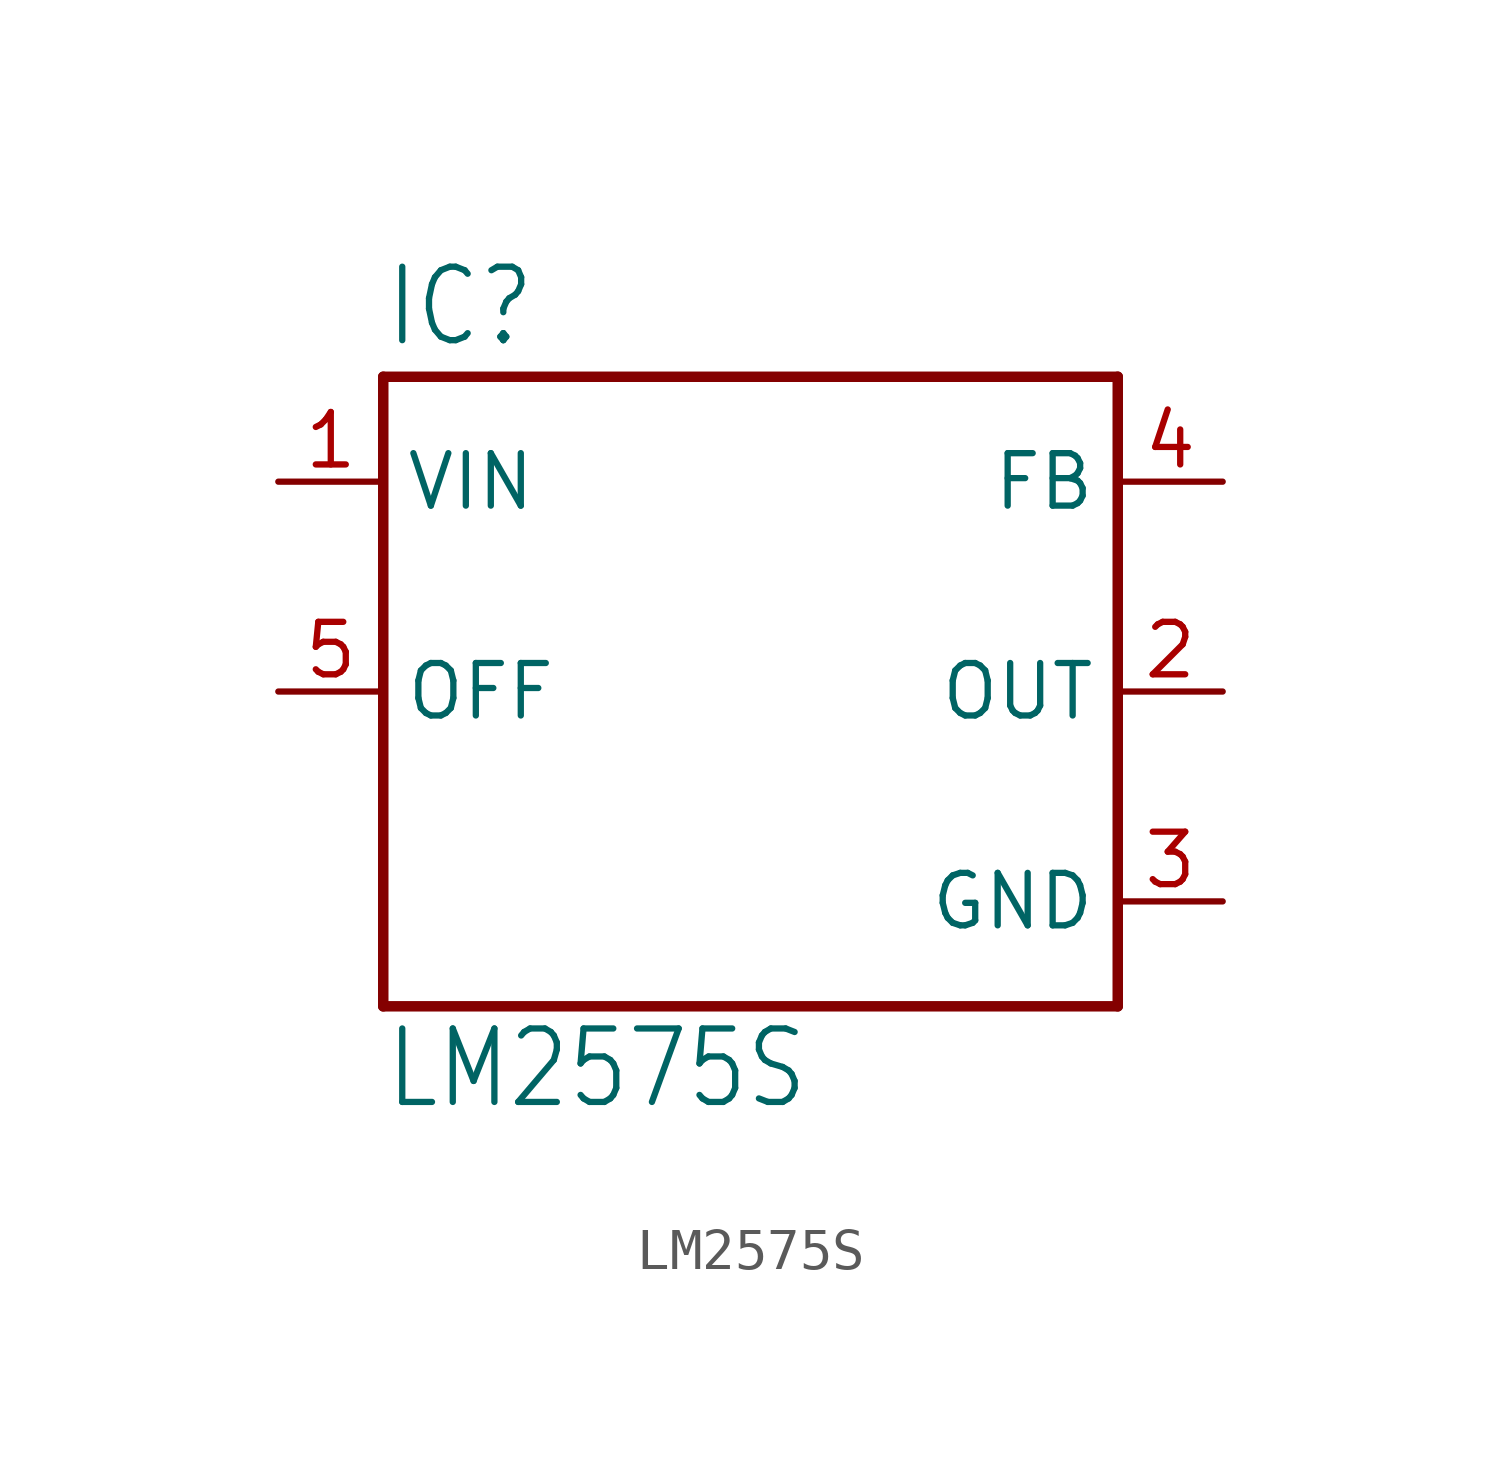
<source format=kicad_sym>
(kicad_symbol_lib
  (version 20211014)
  (generator kicad_symbol_editor)
  (symbol "LM2575S"
    (property "Reference" "IC"
      (at -7.62 8.28 0)
      (effects (font (size 1.778 1.511)) (justify left bottom)))
    (property "Value" "LM2575S"
      (at -7.62 -10.16 0)
      (effects (font (size 1.778 1.511)) (justify left bottom)))
    (property "ki_locked" ""
      (at 0 0 0)
      (effects (font (size 1.27 1.27))))
    (symbol "LM2575S_1_0"
      (polyline (pts (xy -7.62 -7.62) (xy 10.16 -7.62)) (stroke (width 0.254) (type default) (color 0 0 0 0)) (fill (type none)))
      (polyline (pts (xy -7.62 7.62) (xy -7.62 -7.62)) (stroke (width 0.254) (type default) (color 0 0 0 0)) (fill (type none)))
      (polyline (pts (xy 10.16 -7.62) (xy 10.16 7.62)) (stroke (width 0.254) (type default) (color 0 0 0 0)) (fill (type none)))
      (polyline (pts (xy 10.16 7.62) (xy -7.62 7.62)) (stroke (width 0.254) (type default) (color 0 0 0 0)) (fill (type none)))
      (pin power_in line (at -10.16 5.08 0) (length 2.54) (name "VIN" (effects (font (size 1.27 1.27)))) (number "1" (effects (font (size 1.27 1.27)))))
      (pin output line (at 12.7 0 180) (length 2.54) (name "OUT" (effects (font (size 1.27 1.27)))) (number "2" (effects (font (size 1.27 1.27)))))
      (pin power_in line (at 12.7 -5.08 180) (length 2.54) (name "GND" (effects (font (size 1.27 1.27)))) (number "3" (effects (font (size 1.27 1.27)))))
      (pin input line (at 12.7 5.08 180) (length 2.54) (name "FB" (effects (font (size 1.27 1.27)))) (number "4" (effects (font (size 1.27 1.27)))))
      (pin input line (at -10.16 0 0) (length 2.54) (name "OFF" (effects (font (size 1.27 1.27)))) (number "5" (effects (font (size 1.27 1.27))))))))
</source>
